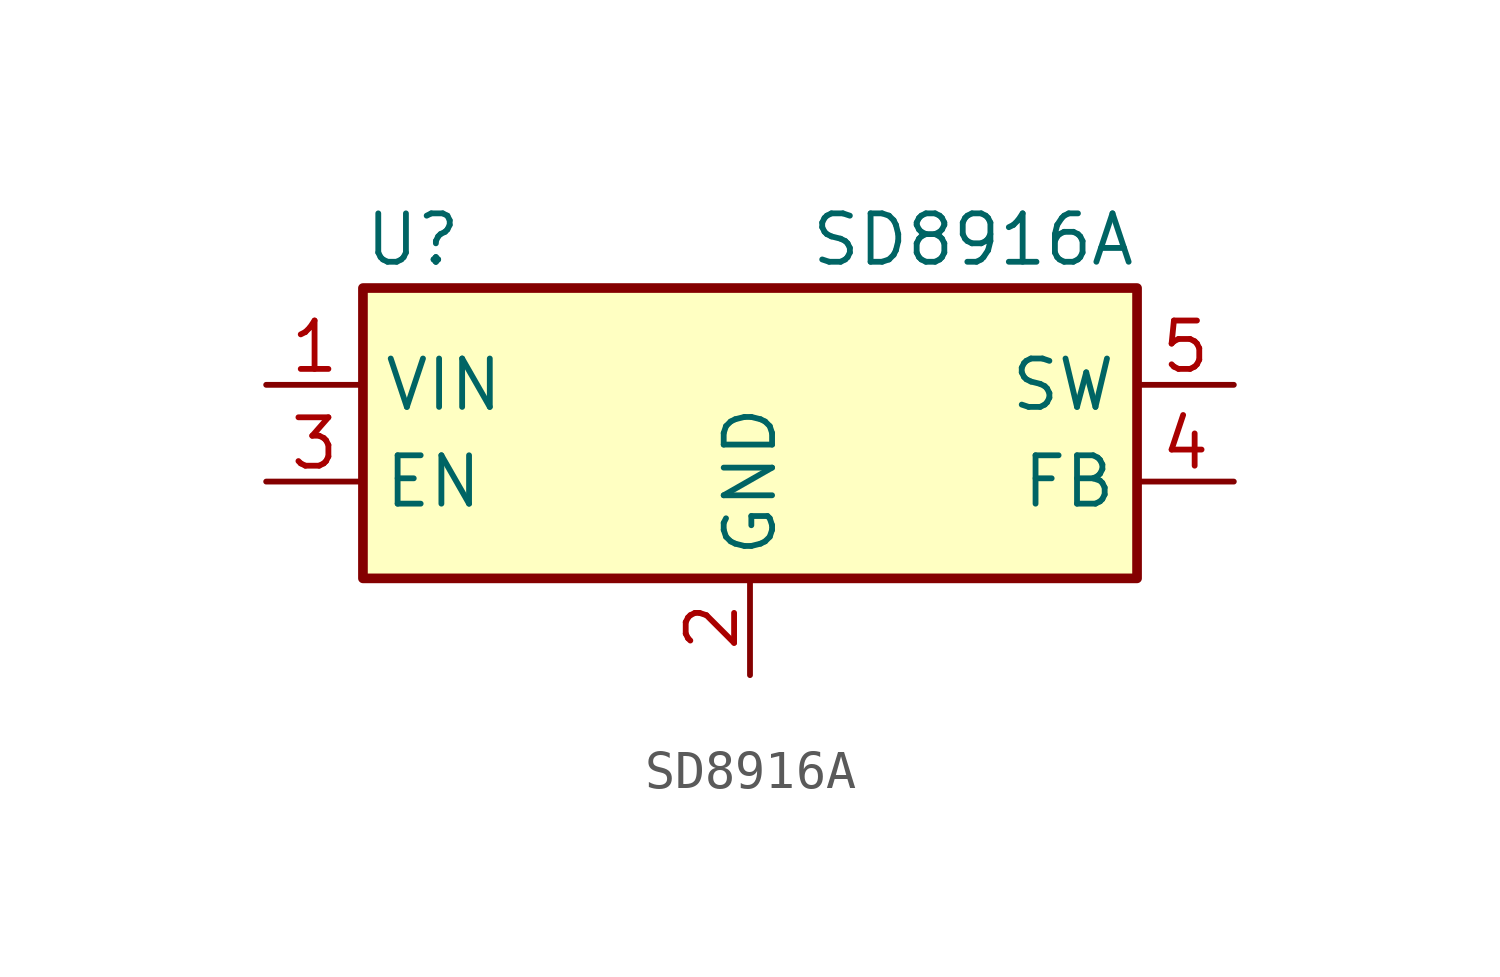
<source format=kicad_sym>
(kicad_symbol_lib
  (version 20211014)
  (generator kicad_symbol_editor)
  (symbol "SD8916A"
    (property "Reference" "U"
      (at -10.16 5.08 0)
      (effects (font (size 1.27 1.27)) (justify left)))
    (property "Value" "SD8916A"
      (at 10.16 5.08 0)
      (effects (font (size 1.27 1.27)) (justify right)))
    (symbol "SD8916A_0_1"
      (rectangle (start -10.16 3.81) (end 10.16 -3.81) (stroke (width 0.254) (type default) (color 0 0 0 0)) (fill (type background))))
    (symbol "SD8916A_1_1"
      (pin power_in line (at -12.7 1.27 0) (length 2.54) (name "VIN" (effects (font (size 1.27 1.27)))) (number "1" (effects (font (size 1.27 1.27)))))
      (pin power_in line (at 0 -6.35 90) (length 2.54) (name "GND" (effects (font (size 1.27 1.27)))) (number "2" (effects (font (size 1.27 1.27)))))
      (pin input line (at -12.7 -1.27 0) (length 2.54) (name "EN" (effects (font (size 1.27 1.27)))) (number "3" (effects (font (size 1.27 1.27)))))
      (pin input line (at 12.7 -1.27 180) (length 2.54) (name "FB" (effects (font (size 1.27 1.27)))) (number "4" (effects (font (size 1.27 1.27)))))
      (pin power_out line (at 12.7 1.27 180) (length 2.54) (name "SW" (effects (font (size 1.27 1.27)))) (number "5" (effects (font (size 1.27 1.27))))))))
</source>
